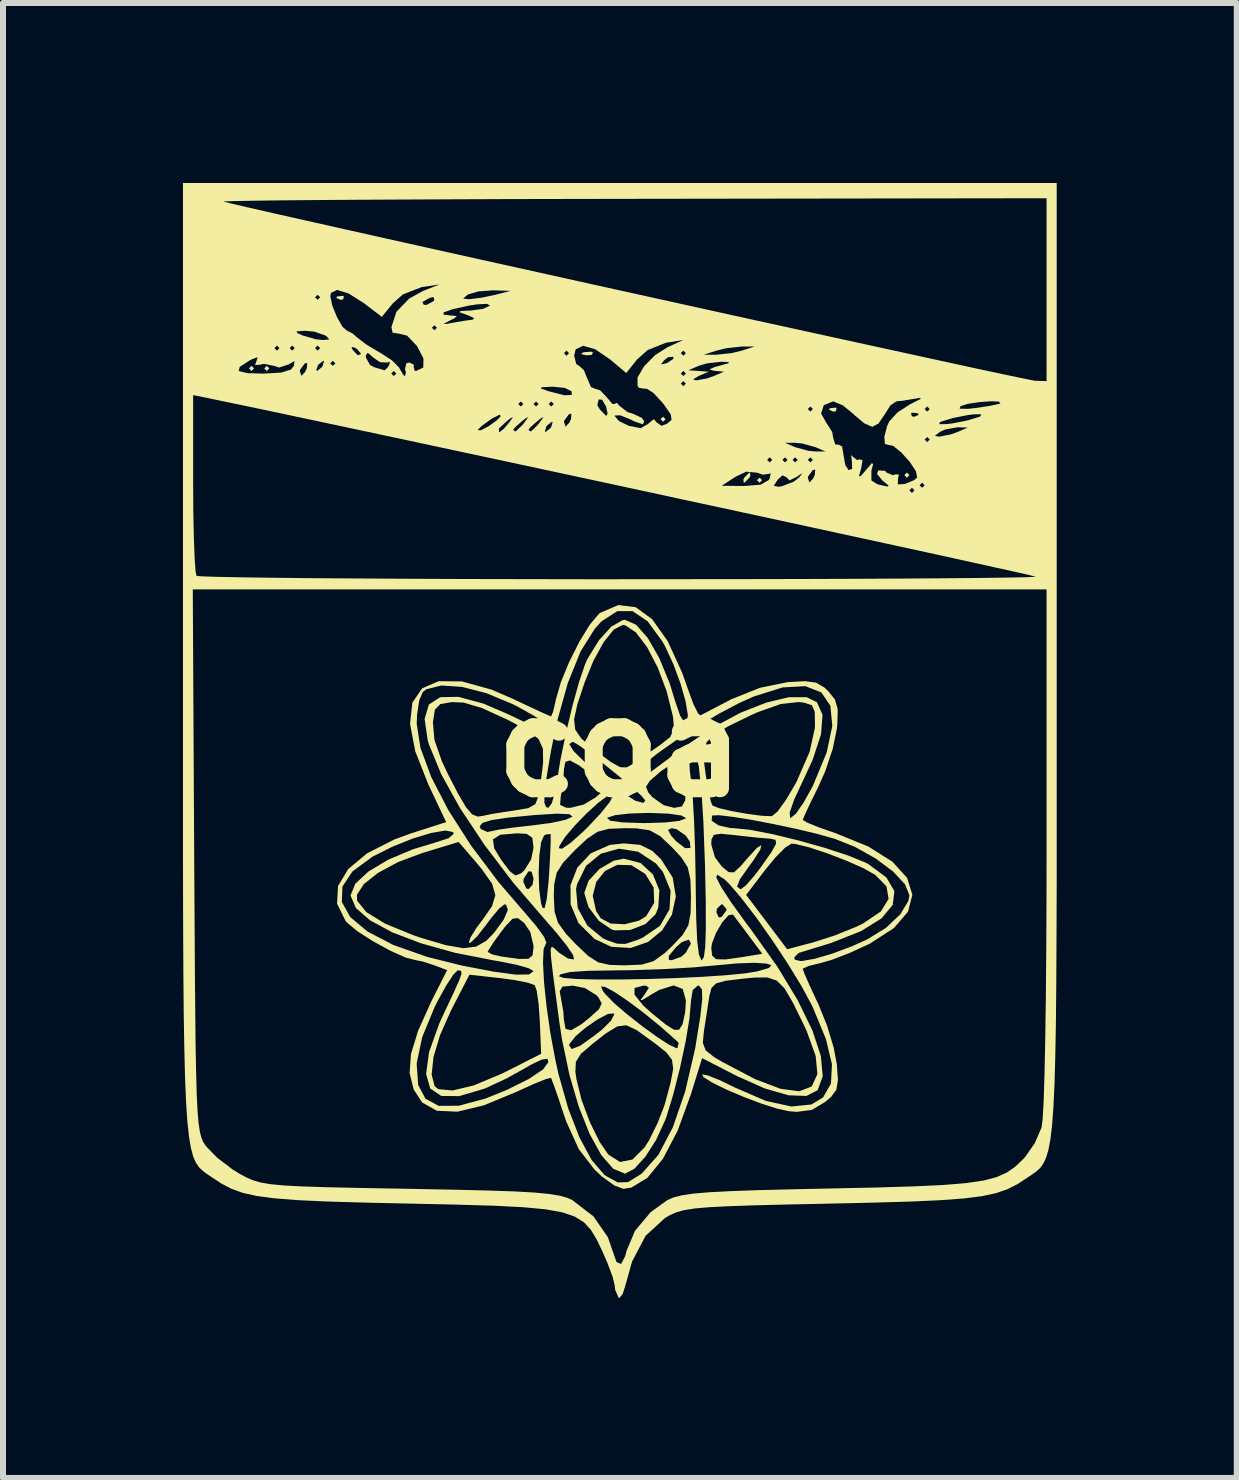
<source format=kicad_pcb>
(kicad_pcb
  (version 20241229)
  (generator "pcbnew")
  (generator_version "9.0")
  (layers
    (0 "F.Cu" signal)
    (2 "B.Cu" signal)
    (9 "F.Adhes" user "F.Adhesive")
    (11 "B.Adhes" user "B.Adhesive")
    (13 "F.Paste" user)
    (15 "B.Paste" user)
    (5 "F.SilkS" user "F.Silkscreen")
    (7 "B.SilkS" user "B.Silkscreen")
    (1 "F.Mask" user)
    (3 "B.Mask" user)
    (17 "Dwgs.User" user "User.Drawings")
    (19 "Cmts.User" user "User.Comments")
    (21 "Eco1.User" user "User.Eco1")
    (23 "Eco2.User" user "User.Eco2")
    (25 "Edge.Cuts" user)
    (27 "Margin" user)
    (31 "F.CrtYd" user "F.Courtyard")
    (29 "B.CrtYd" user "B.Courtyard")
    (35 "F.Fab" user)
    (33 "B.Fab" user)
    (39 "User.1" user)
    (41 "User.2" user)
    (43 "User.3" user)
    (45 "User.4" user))
  (footprint "coa"
    (layer "F.Cu")
    (at 7.281 9.398)
    (property "Reference" "coa" (at 0 0 0) (layer "F.SilkS") (effects (font (size 1.524 1.524) (thickness 0.3))))
    (attr board_only exclude_from_pos_files exclude_from_bom)
    (fp_poly (pts (xy -6.096 -6.308) (xy -6.138 -6.265) (xy -6.181 -6.308) (xy -6.138 -6.35)) (stroke (width 0) (type solid)) (fill yes) (layer "F.SilkS"))
    (fp_poly (pts (xy -5.842 -6.308) (xy -5.884 -6.265) (xy -5.927 -6.308) (xy -5.884 -6.35)) (stroke (width 0) (type solid)) (fill yes) (layer "F.SilkS"))
    (fp_poly (pts (xy 0.762 -5.461) (xy 0.72 -5.419) (xy 0.677 -5.461) (xy 0.72 -5.503)) (stroke (width 0) (type solid)) (fill yes) (layer "F.SilkS"))
    (fp_poly (pts (xy 2.371 -4.445) (xy 2.328 -4.403) (xy 2.286 -4.445) (xy 2.328 -4.487)) (stroke (width 0) (type solid)) (fill yes) (layer "F.SilkS"))
    (fp_poly (pts (xy 4.826 -4.53) (xy 4.784 -4.487) (xy 4.741 -4.53) (xy 4.784 -4.572)) (stroke (width 0) (type solid)) (fill yes) (layer "F.SilkS"))
    (fp_poly (pts (xy -4.6 -7.507) (xy -4.612 -7.457) (xy -4.657 -7.451) (xy -4.726 -7.482) (xy -4.713 -7.507) (xy -4.613 -7.517)) (stroke (width 0) (type solid)) (fill yes) (layer "F.SilkS"))
    (fp_poly (pts (xy -0.446 -6.57) (xy -0.472 -6.532) (xy -0.557 -6.526) (xy -0.648 -6.547) (xy -0.609 -6.577) (xy -0.476 -6.587)) (stroke (width 0) (type solid)) (fill yes) (layer "F.SilkS"))
    (fp_poly (pts (xy 3.612 -5.644) (xy 3.601 -5.594) (xy 3.556 -5.588) (xy 3.486 -5.619) (xy 3.5 -5.644) (xy 3.6 -5.655)) (stroke (width 0) (type solid)) (fill yes) (layer "F.SilkS"))
    (fp_poly (pts (xy 2.175 -4.517) (xy 2.159 -4.487) (xy 2.079 -4.406) (xy 2.064 -4.403) (xy 2.059 -4.457) (xy 2.074 -4.487) (xy 2.154 -4.568) (xy 2.169 -4.572)) (stroke (width 0) (type solid)) (fill yes) (layer "F.SilkS"))
    (fp_poly (pts (xy 0.346 1.936) (xy 0.552 2.127) (xy 0.659 2.391) (xy 0.64 2.681) (xy 0.594 2.791) (xy 0.425 2.954) (xy 0.172 3.052) (xy -0.087 3.058) (xy -0.14 3.042) (xy -0.353 2.897) (xy -0.522 2.67) (xy -0.579 2.482) (xy -0.452 2.482) (xy -0.396 2.735) (xy -0.318 2.857) (xy -0.155 2.944) (xy 0.082 2.956) (xy 0.32 2.896) (xy 0.438 2.823) (xy 0.572 2.601) (xy 0.563 2.344) (xy 0.423 2.117) (xy 0.191 1.972) (xy -0.042 1.966) (xy -0.247 2.068) (xy -0.393 2.25) (xy -0.452 2.482) (xy -0.579 2.482) (xy -0.593 2.436) (xy -0.593 2.433) (xy -0.52 2.229) (xy -0.338 2.034) (xy -0.105 1.898) (xy 0.066 1.863)) (stroke (width 0) (type solid)) (fill yes) (layer "F.SilkS"))
    (fp_poly (pts (xy 0.338 1.633) (xy 0.537 1.731) (xy 0.686 1.872) (xy 0.88 2.177) (xy 0.933 2.494) (xy 0.867 2.797) (xy 0.705 3.058) (xy 0.468 3.252) (xy 0.178 3.352) (xy -0.143 3.332) (xy -0.421 3.202) (xy -0.69 2.936) (xy -0.82 2.626) (xy -0.822 2.371) (xy -0.73 2.371) (xy -0.702 2.686) (xy -0.542 2.978) (xy -0.283 3.19) (xy -0.221 3.219) (xy -0.047 3.28) (xy 0.092 3.284) (xy 0.274 3.224) (xy 0.377 3.182) (xy 0.669 2.983) (xy 0.827 2.709) (xy 0.846 2.397) (xy 0.718 2.084) (xy 0.599 1.941) (xy 0.304 1.747) (xy -0.014 1.697) (xy -0.316 1.78) (xy -0.562 1.981) (xy -0.713 2.289) (xy -0.73 2.371) (xy -0.822 2.371) (xy -0.823 2.306) (xy -0.708 2.011) (xy -0.486 1.775) (xy -0.168 1.634) (xy 0.063 1.609)) (stroke (width 0) (type solid)) (fill yes) (layer "F.SilkS"))
    (fp_poly (pts (xy 7.281 -1.473) (xy 7.281 -0.103) (xy 7.281 1.108) (xy 7.281 2.17) (xy 7.278 3.094) (xy 7.274 3.889) (xy 7.268 4.566) (xy 7.258 5.135) (xy 7.245 5.606) (xy 7.227 5.99) (xy 7.205 6.296) (xy 7.177 6.535) (xy 7.143 6.717) (xy 7.102 6.853) (xy 7.054 6.952) (xy 6.999 7.025) (xy 6.935 7.082) (xy 6.862 7.133) (xy 6.784 7.185) (xy 6.625 7.289) (xy 6.461 7.372) (xy 6.273 7.437) (xy 6.038 7.488) (xy 5.738 7.526) (xy 5.35 7.555) (xy 4.853 7.578) (xy 4.227 7.596) (xy 3.514 7.612) (xy 2.802 7.627) (xy 2.24 7.641) (xy 1.806 7.656) (xy 1.479 7.673) (xy 1.24 7.694) (xy 1.067 7.722) (xy 0.94 7.757) (xy 0.839 7.802) (xy 0.75 7.854) (xy 0.429 8.149) (xy 0.203 8.579) (xy 0.106 8.929) (xy 0.05 9.112) (xy -0.007 9.185) (xy -0.022 9.179) (xy -0.079 9.046) (xy -0.085 8.982) (xy -0.12 8.834) (xy -0.209 8.596) (xy -0.291 8.409) (xy -0.386 8.21) (xy -0.482 8.051) (xy -0.597 7.925) (xy -0.749 7.83) (xy -0.957 7.758) (xy -1.241 7.707) (xy -1.618 7.672) (xy -2.108 7.647) (xy -2.73 7.629) (xy -3.501 7.612) (xy -3.514 7.612) (xy -4.277 7.595) (xy -4.891 7.577) (xy -5.378 7.554) (xy -5.759 7.524) (xy -6.055 7.485) (xy -6.286 7.433) (xy -6.473 7.365) (xy -6.639 7.279) (xy -6.802 7.172) (xy -6.804 7.171) (xy -6.883 7.118) (xy -6.952 7.066) (xy -7.013 7.007) (xy -7.066 6.93) (xy -7.112 6.824) (xy -7.15 6.68) (xy -7.182 6.487) (xy -7.209 6.235) (xy -7.23 5.914) (xy -7.247 5.514) (xy -7.259 5.023) (xy -7.269 4.433) (xy -7.275 3.733) (xy -7.279 2.913) (xy -7.281 1.962) (xy -7.281 0.87) (xy -7.281 -0.373) (xy -7.281 -1.479) (xy -7.281 -2.625) (xy -7.118 -2.625) (xy -7.094 1.899) (xy -7.088 2.889) (xy -7.083 3.724) (xy -7.077 4.418) (xy -7.071 4.985) (xy -7.062 5.439) (xy -7.052 5.794) (xy -7.039 6.065) (xy -7.022 6.265) (xy -7.001 6.408) (xy -6.976 6.508) (xy -6.946 6.581) (xy -6.909 6.639) (xy -6.893 6.661) (xy -6.71 6.849) (xy -6.454 7.043) (xy -6.343 7.112) (xy -6.231 7.173) (xy -6.121 7.222) (xy -5.994 7.259) (xy -5.828 7.288) (xy -5.601 7.31) (xy -5.293 7.326) (xy -4.883 7.339) (xy -4.35 7.351) (xy -3.674 7.363) (xy -3.514 7.366) (xy -2.786 7.38) (xy -2.209 7.394) (xy -1.761 7.409) (xy -1.423 7.428) (xy -1.176 7.452) (xy -0.999 7.481) (xy -0.872 7.517) (xy -0.791 7.555) (xy -0.441 7.824) (xy -0.2 8.171) (xy -0.126 8.386) (xy -0.056 8.585) (xy 0.02 8.619) (xy 0.09 8.486) (xy 0.111 8.401) (xy 0.251 8.068) (xy 0.511 7.757) (xy 0.791 7.555) (xy 0.89 7.511) (xy 1.024 7.476) (xy 1.213 7.447) (xy 1.476 7.424) (xy 1.834 7.405) (xy 2.306 7.388) (xy 2.911 7.373) (xy 3.514 7.36) (xy 4.282 7.344) (xy 4.901 7.325) (xy 5.39 7.302) (xy 5.769 7.271) (xy 6.059 7.228) (xy 6.278 7.171) (xy 6.447 7.096) (xy 6.585 7) (xy 6.713 6.88) (xy 6.754 6.837) (xy 6.916 6.604) (xy 7.029 6.343) (xy 7.047 6.195) (xy 7.064 5.891) (xy 7.078 5.443) (xy 7.09 4.866) (xy 7.1 4.171) (xy 7.107 3.373) (xy 7.111 2.484) (xy 7.112 1.715) (xy 7.112 -2.625) (xy -7.118 -2.625) (xy -7.281 -2.625) (xy -7.281 -5.863) (xy -7.112 -5.863) (xy -7.112 -4.385) (xy -7.109 -3.901) (xy -7.1 -3.477) (xy -7.087 -3.141) (xy -7.071 -2.923) (xy -7.056 -2.85) (xy -6.964 -2.842) (xy -6.716 -2.834) (xy -6.324 -2.826) (xy -5.8 -2.819) (xy -5.158 -2.812) (xy -4.409 -2.807) (xy -3.566 -2.802) (xy -2.643 -2.798) (xy -1.651 -2.796) (xy -0.603 -2.794) (xy -0.014 -2.794) (xy 1.056 -2.795) (xy 2.075 -2.796) (xy 3.03 -2.798) (xy 3.91 -2.801) (xy 4.702 -2.805) (xy 5.393 -2.81) (xy 5.972 -2.815) (xy 6.425 -2.821) (xy 6.74 -2.827) (xy 6.906 -2.833) (xy 6.928 -2.837) (xy 6.843 -2.859) (xy 6.607 -2.913) (xy 6.235 -2.995) (xy 5.742 -3.104) (xy 5.141 -3.236) (xy 4.448 -3.387) (xy 3.678 -3.554) (xy 2.845 -3.735) (xy 1.964 -3.926) (xy 1.049 -4.123) (xy 0.343 -4.276) (xy 4.826 -4.276) (xy 4.868 -4.233) (xy 4.911 -4.276) (xy 4.868 -4.318) (xy 4.826 -4.276) (xy 0.343 -4.276) (xy 0.115 -4.325) (xy -0.01 -4.352) (xy 1.698 -4.352) (xy 2.073 -4.348) (xy 2.12 -4.352) (xy 2.566 -4.352) (xy 2.638 -4.335) (xy 2.699 -4.343) (xy 2.897 -4.419) (xy 2.978 -4.482) (xy 3.133 -4.482) (xy 3.16 -4.405) (xy 3.222 -4.473) (xy 3.25 -4.534) (xy 3.256 -4.621) (xy 3.216 -4.614) (xy 3.136 -4.505) (xy 3.133 -4.482) (xy 2.978 -4.482) (xy 2.986 -4.489) (xy 3.046 -4.563) (xy 2.986 -4.527) (xy 2.95 -4.501) (xy 2.827 -4.441) (xy 2.778 -4.493) (xy 2.712 -4.526) (xy 2.631 -4.453) (xy 2.566 -4.352) (xy 2.12 -4.352) (xy 2.347 -4.37) (xy 2.483 -4.448) (xy 2.498 -4.477) (xy 2.515 -4.561) (xy 2.491 -4.551) (xy 2.379 -4.537) (xy 2.29 -4.57) (xy 2.103 -4.586) (xy 1.923 -4.499) (xy 1.698 -4.352) (xy -0.01 -4.352) (xy -0.822 -4.527) (xy -1.749 -4.726) (xy -2.019 -4.784) (xy 2.455 -4.784) (xy 2.498 -4.741) (xy 2.54 -4.784) (xy 2.709 -4.784) (xy 2.752 -4.741) (xy 2.794 -4.784) (xy 2.879 -4.784) (xy 2.921 -4.741) (xy 2.963 -4.784) (xy 3.133 -4.784) (xy 3.175 -4.741) (xy 3.217 -4.784) (xy 3.175 -4.826) (xy 3.133 -4.784) (xy 2.963 -4.784) (xy 2.921 -4.826) (xy 2.879 -4.784) (xy 2.794 -4.784) (xy 2.752 -4.826) (xy 2.709 -4.784) (xy 2.54 -4.784) (xy 2.498 -4.826) (xy 2.455 -4.784) (xy -2.019 -4.784) (xy -2.651 -4.919) (xy -3.347 -5.068) (xy 2.752 -5.068) (xy 2.921 -4.995) (xy 3.144 -4.934) (xy 3.26 -4.923) (xy 3.429 -4.923) (xy 3.26 -4.995) (xy 3.037 -5.057) (xy 2.921 -5.068) (xy 2.752 -5.068) (xy -3.347 -5.068) (xy -3.513 -5.104) (xy -4.321 -5.276) (xy -4.334 -5.279) (xy -2.371 -5.279) (xy -2.315 -5.277) (xy -2.26 -5.306) (xy -2.015 -5.306) (xy -2.015 -5.251) (xy -2 -5.249) (xy -1.993 -5.255) (xy -1.249 -5.255) (xy -1.238 -5.249) (xy -1.16 -5.309) (xy -1.143 -5.334) (xy -1.121 -5.413) (xy -1.123 -5.414) (xy -0.931 -5.414) (xy -0.904 -5.337) (xy -0.842 -5.404) (xy -0.814 -5.465) (xy -0.808 -5.553) (xy -0.848 -5.545) (xy -0.928 -5.437) (xy -0.931 -5.414) (xy -1.123 -5.414) (xy -1.133 -5.419) (xy -1.21 -5.359) (xy -1.228 -5.334) (xy -1.249 -5.255) (xy -1.993 -5.255) (xy -1.961 -5.281) (xy -1.778 -5.281) (xy -1.737 -5.256) (xy -1.711 -5.281) (xy -1.524 -5.281) (xy -1.483 -5.256) (xy -1.37 -5.365) (xy -1.344 -5.397) (xy -1.271 -5.498) (xy -1.314 -5.477) (xy -1.376 -5.429) (xy -1.493 -5.325) (xy -1.524 -5.281) (xy -1.711 -5.281) (xy -1.624 -5.365) (xy -1.598 -5.397) (xy -1.525 -5.498) (xy -1.568 -5.477) (xy -1.63 -5.429) (xy -1.747 -5.325) (xy -1.778 -5.281) (xy -1.961 -5.281) (xy -1.929 -5.307) (xy -1.852 -5.397) (xy -1.779 -5.498) (xy -1.822 -5.477) (xy -1.884 -5.429) (xy -2.015 -5.306) (xy -2.26 -5.306) (xy -2.189 -5.343) (xy -2.056 -5.438) (xy -1.984 -5.513) (xy -2.003 -5.537) (xy -2.125 -5.475) (xy -2.149 -5.46) (xy -2.303 -5.349) (xy -2.371 -5.28) (xy -2.371 -5.279) (xy -4.334 -5.279) (xy -5.059 -5.433) (xy -5.713 -5.572) (xy -6.269 -5.689) (xy -6.395 -5.715) (xy -1.693 -5.715) (xy -1.651 -5.673) (xy -1.609 -5.715) (xy -1.439 -5.715) (xy -1.397 -5.673) (xy -1.355 -5.715) (xy -1.185 -5.715) (xy -1.143 -5.673) (xy -1.12 -5.696) (xy -0.376 -5.696) (xy -0.332 -5.623) (xy -0.228 -5.515) (xy -0.204 -5.555) (xy -0.229 -5.672) (xy -0.296 -5.786) (xy -0.352 -5.791) (xy -0.376 -5.696) (xy -1.12 -5.696) (xy -1.101 -5.715) (xy -1.143 -5.757) (xy -1.185 -5.715) (xy -1.355 -5.715) (xy -1.397 -5.757) (xy -1.439 -5.715) (xy -1.609 -5.715) (xy -1.651 -5.757) (xy -1.693 -5.715) (xy -6.395 -5.715) (xy -6.711 -5.781) (xy -6.879 -5.816) (xy -7.112 -5.863) (xy -7.281 -5.863) (xy -7.281 -5.974) (xy -1.318 -5.974) (xy -1.187 -5.927) (xy -1.185 -5.927) (xy -0.924 -5.86) (xy -0.8 -5.867) (xy -0.804 -5.927) (xy -0.918 -5.983) (xy -1.119 -6.003) (xy -1.127 -6.003) (xy -1.301 -5.994) (xy -1.318 -5.974) (xy -7.281 -5.974) (xy -7.281 -6.265) (xy -6.353 -6.265) (xy -6.213 -6.229) (xy -5.948 -6.221) (xy -5.645 -6.238) (xy -5.573 -6.26) (xy -5.334 -6.26) (xy -5.307 -6.183) (xy -5.27 -6.223) (xy -3.81 -6.223) (xy -3.768 -6.181) (xy -3.725 -6.223) (xy -3.768 -6.265) (xy -3.81 -6.223) (xy -5.27 -6.223) (xy -5.244 -6.251) (xy -5.235 -6.271) (xy -5.059 -6.271) (xy -5.048 -6.265) (xy -4.97 -6.325) (xy -4.953 -6.35) (xy -4.941 -6.392) (xy -4.826 -6.392) (xy -4.784 -6.35) (xy -4.741 -6.392) (xy -4.784 -6.435) (xy -4.826 -6.392) (xy -4.941 -6.392) (xy -4.931 -6.429) (xy -4.943 -6.435) (xy -5.02 -6.375) (xy -5.038 -6.35) (xy -5.059 -6.271) (xy -5.235 -6.271) (xy -5.217 -6.312) (xy -5.211 -6.399) (xy -5.25 -6.392) (xy -5.331 -6.283) (xy -5.334 -6.26) (xy -5.573 -6.26) (xy -5.481 -6.289) (xy -5.433 -6.35) (xy -5.423 -6.431) (xy -5.506 -6.382) (xy -5.514 -6.376) (xy -5.68 -6.322) (xy -5.752 -6.347) (xy -5.93 -6.384) (xy -5.996 -6.37) (xy -6.08 -6.364) (xy -6.057 -6.429) (xy -6.038 -6.489) (xy -4.233 -6.489) (xy -4.163 -6.363) (xy -4.085 -6.324) (xy -3.952 -6.286) (xy -3.921 -6.275) (xy -3.87 -6.324) (xy -3.844 -6.363) (xy -3.834 -6.422) (xy -3.875 -6.405) (xy -3.998 -6.412) (xy -4.1 -6.482) (xy -4.201 -6.568) (xy -4.232 -6.528) (xy -4.233 -6.489) (xy -6.038 -6.489) (xy -6.037 -6.494) (xy -6.131 -6.461) (xy -6.166 -6.443) (xy -6.335 -6.334) (xy -6.353 -6.265) (xy -7.281 -6.265) (xy -7.281 -6.646) (xy -5.757 -6.646) (xy -5.715 -6.604) (xy -5.673 -6.646) (xy -5.503 -6.646) (xy -5.461 -6.604) (xy -5.419 -6.646) (xy -5.08 -6.646) (xy -5.038 -6.604) (xy -4.995 -6.646) (xy -5.013 -6.664) (xy -4.474 -6.664) (xy -4.453 -6.617) (xy -4.368 -6.526) (xy -4.319 -6.545) (xy -4.318 -6.557) (xy -4.378 -6.628) (xy -4.416 -6.654) (xy -4.474 -6.664) (xy -5.013 -6.664) (xy -5.038 -6.689) (xy -5.08 -6.646) (xy -5.419 -6.646) (xy -5.461 -6.689) (xy -5.503 -6.646) (xy -5.673 -6.646) (xy -5.715 -6.689) (xy -5.757 -6.646) (xy -7.281 -6.646) (xy -7.281 -6.926) (xy -5.39 -6.926) (xy -5.373 -6.895) (xy -5.292 -6.858) (xy -5.069 -6.794) (xy -4.953 -6.781) (xy -4.842 -6.79) (xy -4.888 -6.843) (xy -4.911 -6.858) (xy -5.093 -6.921) (xy -5.249 -6.935) (xy -5.39 -6.926) (xy -7.281 -6.926) (xy -7.281 -7.493) (xy -5.08 -7.493) (xy -5.038 -7.451) (xy -4.995 -7.493) (xy -5.012 -7.51) (xy -4.826 -7.51) (xy -4.793 -7.355) (xy -4.715 -7.164) (xy -4.624 -7.004) (xy -4.557 -6.943) (xy -4.456 -6.89) (xy -4.383 -6.827) (xy -4.23 -6.709) (xy -4.013 -6.579) (xy -3.992 -6.568) (xy -3.796 -6.441) (xy -3.676 -6.318) (xy -3.67 -6.303) (xy -3.605 -6.194) (xy -3.58 -6.181) (xy -3.566 -6.243) (xy -3.581 -6.294) (xy -3.559 -6.393) (xy -3.509 -6.406) (xy -3.431 -6.368) (xy -3.438 -6.336) (xy -3.42 -6.269) (xy -3.397 -6.265) (xy -3.276 -6.322) (xy -3.273 -6.473) (xy -3.319 -6.562) (xy -0.931 -6.562) (xy -0.889 -6.519) (xy -0.762 -6.519) (xy -0.727 -6.382) (xy -0.679 -6.35) (xy -0.599 -6.278) (xy -0.543 -6.139) (xy -0.481 -5.997) (xy -0.42 -5.971) (xy -0.327 -5.942) (xy -0.217 -5.825) (xy -0.123 -5.714) (xy -0.083 -5.717) (xy -0.049 -5.734) (xy -0.011 -5.688) (xy 0.127 -5.58) (xy 0.216 -5.554) (xy 0.365 -5.484) (xy 0.407 -5.425) (xy 0.382 -5.377) (xy 0.236 -5.427) (xy 0.179 -5.456) (xy 0.007 -5.526) (xy -0.082 -5.523) (xy -0.085 -5.513) (xy -0.014 -5.43) (xy 0.148 -5.351) (xy 0.347 -5.312) (xy 0.471 -5.382) (xy 0.478 -5.391) (xy 0.568 -5.462) (xy 0.61 -5.41) (xy 0.694 -5.351) (xy 0.784 -5.385) (xy 0.862 -5.45) (xy 0.849 -5.541) (xy 0.838 -5.556) (xy 3.354 -5.556) (xy 3.434 -5.414) (xy 3.539 -5.248) (xy 3.556 -5.149) (xy 3.59 -5.039) (xy 3.641 -5.038) (xy 3.704 -5.008) (xy 3.725 -4.878) (xy 3.757 -4.696) (xy 3.813 -4.612) (xy 3.871 -4.633) (xy 3.868 -4.755) (xy 3.855 -4.866) (xy 3.871 -4.846) (xy 3.954 -4.78) (xy 3.995 -4.793) (xy 4.045 -4.776) (xy 4.022 -4.646) (xy 3.985 -4.508) (xy 4.017 -4.515) (xy 4.102 -4.614) (xy 4.202 -4.73) (xy 4.22 -4.71) (xy 4.192 -4.6) (xy 4.193 -4.44) (xy 4.293 -4.377) (xy 4.459 -4.338) (xy 4.479 -4.357) (xy 4.474 -4.36) (xy 4.995 -4.36) (xy 5.038 -4.318) (xy 5.08 -4.36) (xy 5.038 -4.403) (xy 4.995 -4.36) (xy 4.474 -4.36) (xy 4.376 -4.44) (xy 4.287 -4.549) (xy 4.307 -4.608) (xy 4.42 -4.6) (xy 4.445 -4.572) (xy 4.552 -4.527) (xy 4.592 -4.542) (xy 4.651 -4.54) (xy 4.635 -4.468) (xy 4.633 -4.375) (xy 4.749 -4.38) (xy 4.905 -4.446) (xy 4.955 -4.49) (xy 4.935 -4.593) (xy 4.832 -4.75) (xy 4.69 -4.908) (xy 4.555 -5.017) (xy 4.48 -5.033) (xy 4.417 -5.048) (xy 4.412 -5.122) (xy 5.08 -5.122) (xy 5.122 -5.08) (xy 5.165 -5.122) (xy 5.122 -5.165) (xy 5.08 -5.122) (xy 4.412 -5.122) (xy 4.408 -5.169) (xy 4.412 -5.184) (xy 5.25 -5.184) (xy 5.313 -5.171) (xy 5.334 -5.172) (xy 5.516 -5.208) (xy 5.63 -5.249) (xy 5.8 -5.322) (xy 5.63 -5.327) (xy 5.422 -5.29) (xy 5.334 -5.249) (xy 5.25 -5.184) (xy 4.412 -5.184) (xy 4.453 -5.343) (xy 4.469 -5.378) (xy 5.323 -5.378) (xy 5.453 -5.38) (xy 5.546 -5.392) (xy 5.795 -5.441) (xy 5.985 -5.499) (xy 6.011 -5.511) (xy 6.022 -5.544) (xy 5.892 -5.542) (xy 5.8 -5.53) (xy 5.55 -5.481) (xy 5.36 -5.423) (xy 5.334 -5.411) (xy 5.323 -5.378) (xy 4.469 -5.378) (xy 4.491 -5.425) (xy 4.614 -5.56) (xy 4.854 -5.56) (xy 4.866 -5.509) (xy 4.911 -5.503) (xy 4.98 -5.534) (xy 4.967 -5.56) (xy 4.867 -5.57) (xy 4.854 -5.56) (xy 4.614 -5.56) (xy 4.627 -5.574) (xy 4.713 -5.63) (xy 5.08 -5.63) (xy 5.122 -5.588) (xy 5.165 -5.63) (xy 5.159 -5.636) (xy 5.663 -5.636) (xy 5.807 -5.634) (xy 5.931 -5.648) (xy 6.165 -5.683) (xy 6.318 -5.716) (xy 6.343 -5.727) (xy 6.316 -5.755) (xy 6.179 -5.76) (xy 5.99 -5.746) (xy 5.804 -5.718) (xy 5.681 -5.679) (xy 5.677 -5.677) (xy 5.663 -5.636) (xy 5.159 -5.636) (xy 5.122 -5.673) (xy 5.08 -5.63) (xy 4.713 -5.63) (xy 4.837 -5.71) (xy 4.851 -5.717) (xy 5.006 -5.795) (xy 5.012 -5.818) (xy 4.911 -5.802) (xy 4.713 -5.769) (xy 4.607 -5.758) (xy 4.507 -5.689) (xy 4.418 -5.546) (xy 4.31 -5.389) (xy 4.208 -5.334) (xy 4.076 -5.391) (xy 3.909 -5.531) (xy 3.895 -5.546) (xy 3.718 -5.691) (xy 3.559 -5.757) (xy 3.55 -5.757) (xy 3.399 -5.695) (xy 3.354 -5.556) (xy 0.838 -5.556) (xy 0.787 -5.63) (xy 3.133 -5.63) (xy 3.175 -5.588) (xy 3.217 -5.63) (xy 3.175 -5.673) (xy 3.133 -5.63) (xy 0.787 -5.63) (xy 0.735 -5.705) (xy 0.709 -5.738) (xy 0.56 -5.899) (xy 0.446 -5.971) (xy 0.422 -5.968) (xy 0.32 -5.984) (xy 0.295 -6.014) (xy 0.295 -6.054) (xy 1.016 -6.054) (xy 1.058 -6.011) (xy 1.101 -6.054) (xy 1.058 -6.096) (xy 1.016 -6.054) (xy 0.295 -6.054) (xy 0.295 -6.157) (xy 0.334 -6.223) (xy 1.016 -6.223) (xy 1.058 -6.181) (xy 1.101 -6.223) (xy 1.058 -6.265) (xy 1.016 -6.223) (xy 0.334 -6.223) (xy 0.365 -6.277) (xy 1.143 -6.277) (xy 1.312 -6.265) (xy 1.482 -6.253) (xy 1.312 -6.181) (xy 1.22 -6.125) (xy 1.27 -6.108) (xy 1.451 -6.14) (xy 1.566 -6.181) (xy 1.736 -6.253) (xy 1.566 -6.269) (xy 1.492 -6.291) (xy 1.578 -6.33) (xy 1.651 -6.35) (xy 1.811 -6.394) (xy 1.813 -6.413) (xy 1.693 -6.419) (xy 1.454 -6.392) (xy 1.312 -6.35) (xy 1.143 -6.277) (xy 0.365 -6.277) (xy 0.405 -6.344) (xy 0.434 -6.374) (xy 0.686 -6.374) (xy 0.771 -6.392) (xy 0.787 -6.398) (xy 0.89 -6.465) (xy 0.891 -6.503) (xy 0.802 -6.493) (xy 0.739 -6.445) (xy 0.686 -6.374) (xy 0.434 -6.374) (xy 0.588 -6.529) (xy 0.639 -6.562) (xy 1.016 -6.562) (xy 1.058 -6.519) (xy 1.075 -6.536) (xy 1.397 -6.536) (xy 1.609 -6.536) (xy 1.863 -6.563) (xy 2.032 -6.604) (xy 2.244 -6.672) (xy 2.032 -6.672) (xy 1.777 -6.645) (xy 1.609 -6.604) (xy 1.397 -6.536) (xy 1.075 -6.536) (xy 1.101 -6.562) (xy 1.058 -6.604) (xy 1.016 -6.562) (xy 0.639 -6.562) (xy 0.79 -6.658) (xy 1.058 -6.782) (xy 0.764 -6.734) (xy 0.462 -6.613) (xy 0.288 -6.458) (xy 0.107 -6.231) (xy -0.165 -6.46) (xy -0.414 -6.629) (xy -0.613 -6.685) (xy -0.736 -6.626) (xy -0.762 -6.519) (xy -0.889 -6.519) (xy -0.847 -6.562) (xy -0.889 -6.604) (xy -0.931 -6.562) (xy -3.319 -6.562) (xy -3.384 -6.685) (xy -3.546 -6.854) (xy -3.684 -6.888) (xy -3.686 -6.887) (xy -3.788 -6.904) (xy -3.805 -6.985) (xy -3.133 -6.985) (xy -3.09 -6.943) (xy -3.048 -6.985) (xy -3.09 -7.027) (xy -3.133 -6.985) (xy -3.805 -6.985) (xy -3.807 -6.997) (xy -3.739 -7.204) (xy -2.938 -7.204) (xy -2.829 -7.191) (xy -2.718 -7.18) (xy -2.757 -7.143) (xy -2.836 -7.104) (xy -2.938 -7.051) (xy -2.889 -7.049) (xy -2.794 -7.067) (xy -2.579 -7.104) (xy -2.455 -7.119) (xy -2.428 -7.146) (xy -2.54 -7.197) (xy -2.672 -7.243) (xy -2.657 -7.264) (xy -2.484 -7.273) (xy -2.481 -7.273) (xy -2.28 -7.3) (xy -2.167 -7.353) (xy -2.166 -7.355) (xy -2.212 -7.384) (xy -2.383 -7.375) (xy -2.514 -7.355) (xy -2.792 -7.293) (xy -2.937 -7.241) (xy -2.938 -7.204) (xy -3.739 -7.204) (xy -3.725 -7.25) (xy -3.566 -7.415) (xy -3.29 -7.415) (xy -3.27 -7.37) (xy -3.222 -7.366) (xy -3.108 -7.427) (xy -3.091 -7.45) (xy -3.098 -7.473) (xy -2.611 -7.473) (xy -2.529 -7.461) (xy -2.498 -7.462) (xy -2.291 -7.489) (xy -2.074 -7.535) (xy -1.82 -7.6) (xy -2.117 -7.609) (xy -2.355 -7.592) (xy -2.532 -7.54) (xy -2.54 -7.535) (xy -2.611 -7.473) (xy -3.098 -7.473) (xy -3.105 -7.498) (xy -3.171 -7.483) (xy -3.29 -7.415) (xy -3.566 -7.415) (xy -3.509 -7.474) (xy -3.278 -7.6) (xy -3.006 -7.707) (xy -3.302 -7.663) (xy -3.615 -7.542) (xy -3.783 -7.393) (xy -3.967 -7.167) (xy -4.264 -7.394) (xy -4.519 -7.556) (xy -4.711 -7.616) (xy -4.815 -7.566) (xy -4.826 -7.51) (xy -5.012 -7.51) (xy -5.038 -7.535) (xy -5.08 -7.493) (xy -7.281 -7.493) (xy -7.281 -9.088) (xy -6.604 -9.088) (xy -6.466 -9.053) (xy -6.181 -8.987) (xy -5.765 -8.892) (xy -5.233 -8.772) (xy -4.599 -8.63) (xy -3.88 -8.469) (xy -3.091 -8.293) (xy -2.245 -8.105) (xy -1.36 -7.909) (xy -0.449 -7.707) (xy 0.472 -7.504) (xy 1.387 -7.302) (xy 2.282 -7.105) (xy 3.141 -6.917) (xy 3.95 -6.74) (xy 4.693 -6.578) (xy 5.354 -6.434) (xy 5.919 -6.311) (xy 6.373 -6.214) (xy 6.7 -6.145) (xy 6.886 -6.108) (xy 6.921 -6.102) (xy 7.112 -6.096) (xy 7.112 -9.144) (xy 0.191 -9.134) (xy -0.872 -9.132) (xy -1.882 -9.13) (xy -2.827 -9.126) (xy -3.694 -9.122) (xy -4.472 -9.118) (xy -5.148 -9.113) (xy -5.711 -9.108) (xy -6.147 -9.102) (xy -6.444 -9.096) (xy -6.591 -9.091) (xy -6.604 -9.088) (xy -7.281 -9.088) (xy -7.281 -9.398) (xy 7.281 -9.398)) (stroke (width 0) (type solid)) (fill yes) (layer "F.SilkS"))
    (fp_poly (pts (xy 0.264 -2.328) (xy 0.539 -2.127) (xy 0.798 -1.761) (xy 1.039 -1.234) (xy 1.14 -0.948) (xy 1.228 -0.708) (xy 1.305 -0.556) (xy 1.342 -0.525) (xy 1.441 -0.576) (xy 1.643 -0.681) (xy 1.857 -0.793) (xy 2.336 -0.985) (xy 2.799 -1.079) (xy 3.089 -1.095) (xy 3.272 -1.07) (xy 3.408 -0.99) (xy 3.471 -0.931) (xy 3.584 -0.791) (xy 3.631 -0.63) (xy 3.625 -0.384) (xy 3.616 -0.298) (xy 3.549 0.029) (xy 3.423 0.406) (xy 3.309 0.663) (xy 3.179 0.927) (xy 3.085 1.126) (xy 3.048 1.218) (xy 3.048 1.218) (xy 3.122 1.262) (xy 3.315 1.34) (xy 3.587 1.436) (xy 3.592 1.437) (xy 4.144 1.662) (xy 4.543 1.914) (xy 4.788 2.184) (xy 4.875 2.465) (xy 4.803 2.746) (xy 4.568 3.02) (xy 4.169 3.278) (xy 4.141 3.292) (xy 3.827 3.436) (xy 3.528 3.551) (xy 3.335 3.606) (xy 3.144 3.652) (xy 3.05 3.696) (xy 3.048 3.701) (xy 3.082 3.793) (xy 3.171 3.995) (xy 3.297 4.265) (xy 3.309 4.29) (xy 3.453 4.644) (xy 3.565 5.016) (xy 3.615 5.282) (xy 3.635 5.55) (xy 3.609 5.714) (xy 3.52 5.835) (xy 3.418 5.921) (xy 3.198 6.051) (xy 2.951 6.083) (xy 2.822 6.073) (xy 2.62 6.029) (xy 2.352 5.943) (xy 2.057 5.831) (xy 1.773 5.71) (xy 1.539 5.595) (xy 1.395 5.505) (xy 1.371 5.459) (xy 1.461 5.474) (xy 1.658 5.552) (xy 1.919 5.678) (xy 1.925 5.681) (xy 2.434 5.901) (xy 2.86 5.994) (xy 3.193 5.96) (xy 3.387 5.842) (xy 3.519 5.611) (xy 3.535 5.289) (xy 3.434 4.868) (xy 3.214 4.337) (xy 3.196 4.3) (xy 3.029 3.989) (xy 2.801 3.617) (xy 2.54 3.221) (xy 2.271 2.841) (xy 2.02 2.513) (xy 1.98 2.467) (xy 2.105 2.467) (xy 2.447 2.92) (xy 2.789 3.373) (xy 3.23 3.256) (xy 3.579 3.144) (xy 3.939 2.999) (xy 4.058 2.941) (xy 4.35 2.743) (xy 4.479 2.535) (xy 4.444 2.325) (xy 4.256 2.133) (xy 4.059 2.022) (xy 3.772 1.895) (xy 3.451 1.772) (xy 3.15 1.673) (xy 2.923 1.618) (xy 2.86 1.613) (xy 2.755 1.679) (xy 2.591 1.845) (xy 2.428 2.043) (xy 2.105 2.467) (xy 1.98 2.467) (xy 1.816 2.276) (xy 1.741 2.206) (xy 1.623 2.129) (xy 1.607 2.175) (xy 1.686 2.332) (xy 1.855 2.592) (xy 2.11 2.945) (xy 2.191 3.052) (xy 2.624 3.661) (xy 2.965 4.224) (xy 3.209 4.725) (xy 3.35 5.152) (xy 3.381 5.488) (xy 3.297 5.721) (xy 3.295 5.723) (xy 3.11 5.818) (xy 2.811 5.807) (xy 2.415 5.693) (xy 1.938 5.48) (xy 1.936 5.478) (xy 1.371 5.188) (xy 1.184 5.79) (xy 0.963 6.397) (xy 0.719 6.864) (xy 0.459 7.183) (xy 0.19 7.346) (xy 0.056 7.366) (xy -0.093 7.309) (xy -0.296 7.163) (xy -0.42 7.048) (xy -0.684 6.705) (xy -0.893 6.246) (xy -0.93 6.138) (xy -1.027 5.847) (xy -1.104 5.627) (xy -1.146 5.52) (xy -1.148 5.517) (xy -1.23 5.536) (xy -1.424 5.614) (xy -1.688 5.733) (xy -1.708 5.743) (xy -2.262 5.973) (xy -2.706 6.08) (xy -3.048 6.065) (xy -3.294 5.928) (xy -3.437 5.709) (xy -3.504 5.435) (xy -3.493 5.278) (xy -3.387 5.278) (xy -3.361 5.635) (xy -3.239 5.865) (xy -3.019 5.983) (xy -2.683 5.981) (xy -2.235 5.86) (xy -1.881 5.716) (xy -1.513 5.533) (xy -1.279 5.375) (xy -1.189 5.251) (xy -1.208 5.199) (xy -1.3 5.211) (xy -1.481 5.297) (xy -1.58 5.355) (xy -1.881 5.522) (xy -2.208 5.676) (xy -2.267 5.7) (xy -2.679 5.821) (xy -2.977 5.818) (xy -3.161 5.693) (xy -3.226 5.461) (xy -3.137 5.461) (xy -3.088 5.653) (xy -3.027 5.704) (xy -2.787 5.727) (xy -2.433 5.642) (xy -1.979 5.452) (xy -1.863 5.395) (xy -1.312 5.116) (xy -1.334 4.573) (xy -1.354 4.283) (xy -1.386 4.064) (xy -1.419 3.971) (xy -1.531 3.931) (xy -1.758 3.886) (xy -1.995 3.854) (xy -2.507 3.797) (xy -2.82 4.405) (xy -2.998 4.807) (xy -3.106 5.169) (xy -3.137 5.461) (xy -3.226 5.461) (xy -3.229 5.449) (xy -3.18 5.088) (xy -3.011 4.614) (xy -2.926 4.428) (xy -2.77 4.098) (xy -2.678 3.892) (xy -2.639 3.781) (xy -2.646 3.735) (xy -2.688 3.725) (xy -2.703 3.725) (xy -2.776 3.796) (xy -2.897 3.983) (xy -3.044 4.25) (xy -3.084 4.329) (xy -3.294 4.837) (xy -3.387 5.278) (xy -3.493 5.278) (xy -3.482 5.121) (xy -3.364 4.735) (xy -3.146 4.25) (xy -3.126 4.21) (xy -2.879 3.721) (xy -3.096 3.639) (xy -3.287 3.577) (xy -3.397 3.556) (xy -3.573 3.511) (xy -3.83 3.395) (xy -4.115 3.239) (xy -4.373 3.074) (xy -4.549 2.928) (xy -4.57 2.904) (xy -4.714 2.612) (xy -4.712 2.585) (xy -4.634 2.585) (xy -4.493 2.837) (xy -4.205 3.078) (xy -3.777 3.301) (xy -3.213 3.5) (xy -2.632 3.645) (xy -2.105 3.746) (xy -1.734 3.796) (xy -1.514 3.793) (xy -1.439 3.739) (xy -1.439 3.737) (xy -1.517 3.69) (xy -1.721 3.632) (xy -2.014 3.573) (xy -2.095 3.56) (xy -2.743 3.433) (xy -2.798 3.418) (xy -2.201 3.418) (xy -2.128 3.459) (xy -1.968 3.495) (xy -1.681 3.534) (xy -1.523 3.532) (xy -1.455 3.475) (xy -1.44 3.351) (xy -1.439 3.315) (xy -1.493 3.085) (xy -1.597 2.932) (xy -1.702 2.853) (xy -1.79 2.866) (xy -1.907 2.99) (xy -1.978 3.082) (xy -2.114 3.27) (xy -2.193 3.396) (xy -2.201 3.418) (xy -2.798 3.418) (xy -3.316 3.273) (xy -3.796 3.09) (xy -4.163 2.891) (xy -4.4 2.685) (xy -4.487 2.48) (xy -4.487 2.472) (xy -4.484 2.464) (xy -4.382 2.464) (xy -4.379 2.564) (xy -4.224 2.755) (xy -3.909 2.948) (xy -3.442 3.139) (xy -3.307 3.185) (xy -2.899 3.305) (xy -2.608 3.355) (xy -2.396 3.33) (xy -2.224 3.23) (xy -2.099 3.102) (xy -1.938 2.883) (xy -1.866 2.716) (xy -1.895 2.631) (xy -1.926 2.626) (xy -2.008 2.691) (xy -2.145 2.853) (xy -2.232 2.97) (xy -2.378 3.158) (xy -2.485 3.261) (xy -2.517 3.269) (xy -2.494 3.184) (xy -2.388 3.014) (xy -2.29 2.884) (xy -2.131 2.656) (xy -2.075 2.471) (xy -2.129 2.282) (xy -2.297 2.043) (xy -2.404 1.914) (xy -2.687 1.585) (xy -3.293 1.769) (xy -3.696 1.92) (xy -4.029 2.099) (xy -4.266 2.286) (xy -4.382 2.464) (xy -4.484 2.464) (xy -4.409 2.281) (xy -4.191 2.078) (xy -3.862 1.881) (xy -3.449 1.707) (xy -3.096 1.601) (xy -2.852 1.522) (xy -2.768 1.447) (xy -2.781 1.419) (xy -2.91 1.394) (xy -3.149 1.436) (xy -3.457 1.53) (xy -3.793 1.665) (xy -4.117 1.827) (xy -4.126 1.833) (xy -4.457 2.076) (xy -4.624 2.329) (xy -4.634 2.585) (xy -4.712 2.585) (xy -4.697 2.319) (xy -4.527 2.036) (xy -4.212 1.774) (xy -3.76 1.544) (xy -3.475 1.44) (xy -2.895 1.254) (xy -3.189 0.634) (xy -3.41 0.074) (xy -3.497 -0.385) (xy -3.497 -0.385) (xy -3.386 -0.385) (xy -3.323 0.018) (xy -3.142 0.507) (xy -2.857 1.057) (xy -2.48 1.645) (xy -2.025 2.25) (xy -1.59 2.756) (xy -1.392 2.988) (xy -1.262 3.168) (xy -1.223 3.266) (xy -1.231 3.275) (xy -1.271 3.371) (xy -1.281 3.601) (xy -1.263 3.933) (xy -1.221 4.333) (xy -1.158 4.77) (xy -1.076 5.211) (xy -1.022 5.456) (xy -0.861 6.025) (xy -0.672 6.512) (xy -0.468 6.889) (xy -0.262 7.129) (xy -0.237 7.148) (xy -0.035 7.26) (xy 0.136 7.254) (xy 0.343 7.127) (xy 0.372 7.104) (xy 0.642 6.8) (xy 0.882 6.343) (xy 1.088 5.746) (xy 1.256 5.023) (xy 1.27 4.934) (xy 1.383 4.934) (xy 1.43 5.058) (xy 1.573 5.172) (xy 1.713 5.254) (xy 2.253 5.537) (xy 2.678 5.699) (xy 2.991 5.74) (xy 3.194 5.662) (xy 3.2 5.656) (xy 3.292 5.455) (xy 3.264 5.152) (xy 3.115 4.739) (xy 3.057 4.614) (xy 2.88 4.255) (xy 2.743 4.023) (xy 2.613 3.894) (xy 2.457 3.843) (xy 2.241 3.845) (xy 2.055 3.863) (xy 1.766 3.898) (xy 1.604 3.942) (xy 1.527 4.018) (xy 1.492 4.15) (xy 1.487 4.182) (xy 1.445 4.459) (xy 1.4 4.746) (xy 1.383 4.934) (xy 1.27 4.934) (xy 1.341 4.494) (xy 1.373 4.201) (xy 1.368 4.041) (xy 1.321 3.982) (xy 1.298 3.979) (xy 1.213 4.055) (xy 1.185 4.237) (xy 1.161 4.522) (xy 1.096 4.913) (xy 1.002 5.353) (xy 0.892 5.787) (xy 0.778 6.159) (xy 0.753 6.227) (xy 0.604 6.551) (xy 0.424 6.832) (xy 0.243 7.031) (xy 0.089 7.112) (xy 0.082 7.112) (xy -0.111 7.031) (xy -0.309 6.804) (xy -0.503 6.453) (xy -0.684 5.999) (xy -0.841 5.465) (xy -0.851 5.416) (xy -0.741 5.416) (xy -0.723 5.541) (xy -0.638 5.885) (xy -0.499 6.256) (xy -0.335 6.588) (xy -0.192 6.795) (xy 0.004 6.919) (xy 0.209 6.878) (xy 0.411 6.677) (xy 0.484 6.562) (xy 0.626 6.277) (xy 0.738 5.99) (xy 0.757 5.927) (xy 0.848 5.586) (xy 0.889 5.364) (xy 0.869 5.215) (xy 0.777 5.094) (xy 0.603 4.955) (xy 0.509 4.886) (xy 0.275 4.717) (xy 0.108 4.64) (xy -0.044 4.659) (xy -0.234 4.776) (xy -0.452 4.947) (xy -0.647 5.114) (xy -0.733 5.249) (xy -0.741 5.416) (xy -0.851 5.416) (xy -0.943 4.977) (xy -0.845 4.977) (xy -0.801 5.036) (xy -0.659 4.98) (xy -0.413 4.804) (xy -0.296 4.711) (xy -0.149 4.566) (xy -0.094 4.46) (xy -0.101 4.443) (xy -0.198 4.451) (xy -0.369 4.541) (xy -0.566 4.676) (xy -0.738 4.823) (xy -0.837 4.947) (xy -0.845 4.977) (xy -0.943 4.977) (xy -0.965 4.874) (xy -1.011 4.57) (xy -1.077 4.074) (xy -1.077 4.074) (xy -1.003 4.074) (xy -0.985 4.17) (xy -0.942 4.415) (xy -0.932 4.551) (xy -0.905 4.7) (xy -0.813 4.724) (xy -0.639 4.622) (xy -0.511 4.519) (xy -0.348 4.372) (xy -0.302 4.276) (xy -0.355 4.179) (xy -0.391 4.138) (xy -0.579 4.021) (xy -0.721 3.992) (xy -0.314 3.992) (xy -0.281 4.071) (xy -0.243 4.12) (xy -0.095 4.271) (xy 0.123 4.459) (xy 0.374 4.656) (xy 0.619 4.834) (xy 0.821 4.965) (xy 0.944 5.022) (xy 0.959 5.02) (xy 0.98 4.936) (xy 0.96 4.911) (xy 0.676 4.659) (xy 0.393 4.429) (xy 0.132 4.234) (xy -0.023 4.13) (xy 0.244 4.13) (xy 0.39 4.311) (xy 0.529 4.436) (xy 0.764 4.627) (xy 0.906 4.716) (xy 0.987 4.714) (xy 1.04 4.632) (xy 1.049 4.607) (xy 1.088 4.425) (xy 1.101 4.226) (xy 1.048 4.035) (xy 0.897 3.976) (xy 0.657 4.051) (xy 0.526 4.126) (xy 0.375 4.219) (xy 0.345 4.219) (xy 0.413 4.126) (xy 0.484 4.014) (xy 0.433 3.98) (xy 0.396 3.979) (xy 0.245 4.018) (xy 0.244 4.13) (xy -0.023 4.13) (xy -0.086 4.087) (xy -0.242 4.002) (xy -0.314 3.992) (xy -0.721 3.992) (xy -0.785 3.979) (xy -0.958 3.996) (xy -1.003 4.074) (xy -1.077 4.074) (xy -1.11 3.823) (xy -1.016 3.823) (xy -0.937 3.851) (xy -0.719 3.869) (xy -0.394 3.877) (xy 0.007 3.877) (xy 0.455 3.869) (xy 0.917 3.854) (xy 1.364 3.833) (xy 1.764 3.806) (xy 2.087 3.775) (xy 2.286 3.743) (xy 2.482 3.686) (xy 2.528 3.64) (xy 2.443 3.611) (xy 2.245 3.599) (xy 1.954 3.609) (xy 1.635 3.638) (xy 1.216 3.676) (xy 0.708 3.705) (xy 0.192 3.722) (xy -0.064 3.725) (xy -0.527 3.732) (xy -0.831 3.753) (xy -0.988 3.79) (xy -1.016 3.823) (xy -1.11 3.823) (xy -1.122 3.725) (xy -1.148 3.499) (xy -1.153 3.376) (xy -1.138 3.333) (xy -1.103 3.348) (xy -1.048 3.399) (xy -1.017 3.428) (xy -0.863 3.528) (xy -0.765 3.543) (xy -0.778 3.472) (xy -0.888 3.308) (xy -1.075 3.077) (xy -1.217 2.915) (xy -1.767 2.276) (xy -1.788 2.249) (xy -1.609 2.249) (xy -1.561 2.358) (xy -1.524 2.371) (xy -1.456 2.3) (xy -1.439 2.196) (xy -1.468 2.092) (xy -1.353 2.092) (xy -1.344 2.376) (xy -1.313 2.606) (xy -1.291 2.681) (xy -1.254 2.688) (xy -1.219 2.539) (xy -1.214 2.491) (xy -1.101 2.491) (xy -1.088 2.746) (xy -1.031 2.931) (xy -0.898 3.115) (xy -0.744 3.278) (xy -0.531 3.482) (xy -0.362 3.591) (xy -0.168 3.634) (xy 0.078 3.641) (xy 0.365 3.629) (xy 0.562 3.572) (xy 0.68 3.486) (xy 0.815 3.486) (xy 0.818 3.549) (xy 0.864 3.556) (xy 1.027 3.496) (xy 1.098 3.432) (xy 1.185 3.278) (xy 1.151 3.212) (xy 1.033 3.254) (xy 0.936 3.339) (xy 0.815 3.486) (xy 0.68 3.486) (xy 0.746 3.439) (xy 0.864 3.327) (xy 1.045 3.137) (xy 1.141 2.975) (xy 1.179 2.773) (xy 1.185 2.505) (xy 1.176 2.208) (xy 1.132 2.01) (xy 1.025 1.842) (xy 0.872 1.676) (xy 0.671 1.487) (xy 0.499 1.391) (xy 0.444 1.383) (xy 0.802 1.383) (xy 0.858 1.484) (xy 0.936 1.571) (xy 1.088 1.688) (xy 1.177 1.684) (xy 1.167 1.58) (xy 1.098 1.479) (xy 0.946 1.372) (xy 0.864 1.355) (xy 0.802 1.383) (xy 0.444 1.383) (xy 0.278 1.358) (xy 0.092 1.355) (xy -0.182 1.365) (xy -0.373 1.415) (xy -0.55 1.535) (xy -0.738 1.711) (xy -0.944 1.927) (xy -1.053 2.099) (xy -1.095 2.293) (xy -1.101 2.491) (xy -1.214 2.491) (xy -1.188 2.245) (xy -1.182 2.159) (xy -1.163 1.84) (xy -1.157 1.689) (xy -1.016 1.689) (xy -0.963 1.698) (xy -0.817 1.597) (xy -0.602 1.404) (xy -0.533 1.336) (xy -0.392 1.185) (xy -0.212 1.185) (xy -0.162 1.23) (xy 0.044 1.259) (xy 0.393 1.27) (xy 0.418 1.27) (xy 0.756 1.26) (xy 0.993 1.233) (xy 1.098 1.193) (xy 1.101 1.185) (xy 1.022 1.143) (xy 0.809 1.113) (xy 0.497 1.101) (xy 0.471 1.101) (xy 0.159 1.111) (xy -0.082 1.139) (xy -0.206 1.179) (xy -0.212 1.185) (xy -0.392 1.185) (xy -0.317 1.105) (xy -0.167 0.918) (xy -0.108 0.806) (xy -0.112 0.791) (xy -0.198 0.812) (xy -0.357 0.929) (xy -0.552 1.106) (xy -0.749 1.309) (xy -0.912 1.501) (xy -1.006 1.649) (xy -1.016 1.689) (xy -1.157 1.689) (xy -1.153 1.594) (xy -1.153 1.462) (xy -1.155 1.452) (xy -1.23 1.46) (xy -1.264 1.478) (xy -1.312 1.588) (xy -1.342 1.811) (xy -1.353 2.092) (xy -1.468 2.092) (xy -1.472 2.079) (xy -1.524 2.074) (xy -1.602 2.197) (xy -1.609 2.249) (xy -1.788 2.249) (xy -2.255 1.636) (xy -2.318 1.541) (xy -2.115 1.541) (xy -2.094 1.692) (xy -1.974 1.888) (xy -1.832 2.076) (xy -1.739 2.143) (xy -1.65 2.109) (xy -1.595 2.062) (xy -1.478 1.874) (xy -1.439 1.68) (xy -1.459 1.514) (xy -1.554 1.45) (xy -1.714 1.441) (xy -1.992 1.464) (xy -2.115 1.541) (xy -2.318 1.541) (xy -2.463 1.322) (xy -2.335 1.322) (xy -2.319 1.369) (xy -2.208 1.419) (xy -2.159 1.409) (xy -2.024 1.38) (xy -1.773 1.344) (xy -1.46 1.309) (xy -1.446 1.307) (xy -1.142 1.267) (xy -0.908 1.216) (xy -0.793 1.166) (xy -0.79 1.162) (xy -0.838 1.122) (xy -1.051 1.113) (xy -1.429 1.137) (xy -1.438 1.138) (xy -1.861 1.179) (xy -2.137 1.22) (xy -2.288 1.266) (xy -2.335 1.322) (xy -2.463 1.322) (xy -2.664 1.02) (xy -2.978 0.454) (xy -3.18 -0.036) (xy -3.203 -0.113) (xy -3.246 -0.409) (xy -3.116 -0.409) (xy -3.091 -0.118) (xy -2.965 0.243) (xy -2.873 0.438) (xy -2.693 0.788) (xy -2.562 1.009) (xy -2.462 1.125) (xy -2.37 1.162) (xy -2.295 1.152) (xy -2.131 1.118) (xy -1.878 1.078) (xy -1.768 1.062) (xy -1.529 1.022) (xy -1.408 0.954) (xy -1.397 0.926) (xy -1.259 0.926) (xy -1.231 1.002) (xy -1.191 1.016) (xy -1.154 0.967) (xy -0.996 0.967) (xy -0.894 1.014) (xy -0.824 1.016) (xy -0.604 0.962) (xy -0.412 0.848) (xy -0.212 0.68) (xy -0.423 0.507) (xy -0.677 0.31) (xy -0.831 0.226) (xy -0.908 0.249) (xy -0.932 0.374) (xy -0.932 0.399) (xy -0.952 0.653) (xy -0.985 0.826) (xy -0.996 0.967) (xy -1.154 0.967) (xy -1.134 0.94) (xy -1.079 0.748) (xy -1.056 0.614) (xy -0.989 0.207) (xy -0.936 -0.047) (xy -0.843 -0.047) (xy -0.773 0.068) (xy -0.571 0.267) (xy -0.296 0.502) (xy 0.025 0.751) (xy 0.259 0.898) (xy 0.394 0.934) (xy 0.423 0.891) (xy 0.362 0.817) (xy 0.202 0.672) (xy 0.195 0.666) (xy 0.436 0.666) (xy 0.473 0.758) (xy 0.542 0.838) (xy 0.731 0.971) (xy 0.902 1.016) (xy 1.033 0.994) (xy 1.089 0.894) (xy 1.099 0.699) (xy 1.079 0.403) (xy 1.012 0.263) (xy 0.882 0.27) (xy 0.675 0.413) (xy 0.673 0.415) (xy 0.497 0.569) (xy 0.436 0.666) (xy 0.195 0.666) (xy 0.017 0.516) (xy 0.217 0.516) (xy 0.313 0.528) (xy 0.491 0.434) (xy 0.537 0.401) (xy 0.787 0.215) (xy 0.846 0.17) (xy 1.154 0.17) (xy 1.166 0.4) (xy 1.19 0.593) (xy 1.215 0.849) (xy 1.237 1.229) (xy 1.253 1.686) (xy 1.263 2.174) (xy 1.264 2.307) (xy 1.272 2.85) (xy 1.289 3.233) (xy 1.318 3.464) (xy 1.358 3.554) (xy 1.366 3.556) (xy 1.401 3.502) (xy 1.42 3.354) (xy 1.524 3.354) (xy 1.538 3.479) (xy 1.604 3.539) (xy 1.761 3.543) (xy 2.044 3.503) (xy 2.055 3.501) (xy 2.374 3.449) (xy 2.146 3.143) (xy 2.001 2.949) (xy 1.902 2.818) (xy 1.883 2.794) (xy 1.81 2.807) (xy 1.705 2.926) (xy 1.603 3.1) (xy 1.535 3.277) (xy 1.524 3.354) (xy 1.42 3.354) (xy 1.423 3.331) (xy 1.433 3.03) (xy 1.432 2.757) (xy 1.609 2.757) (xy 1.65 2.844) (xy 1.693 2.836) (xy 1.775 2.728) (xy 1.778 2.704) (xy 1.713 2.627) (xy 1.693 2.625) (xy 1.619 2.694) (xy 1.609 2.757) (xy 1.432 2.757) (xy 1.432 2.587) (xy 1.419 1.988) (xy 1.419 1.968) (xy 1.406 1.629) (xy 1.524 1.629) (xy 1.585 1.841) (xy 1.701 1.996) (xy 1.814 2.088) (xy 1.902 2.091) (xy 2.013 1.989) (xy 2.122 1.861) (xy 2.285 1.683) (xy 2.359 1.637) (xy 2.34 1.713) (xy 2.223 1.896) (xy 2.159 1.982) (xy 2.001 2.207) (xy 1.953 2.33) (xy 2.007 2.37) (xy 2.018 2.371) (xy 2.102 2.307) (xy 2.245 2.144) (xy 2.356 1.997) (xy 2.527 1.753) (xy 2.604 1.614) (xy 2.595 1.55) (xy 2.509 1.53) (xy 2.477 1.528) (xy 2.306 1.514) (xy 2.047 1.486) (xy 1.926 1.472) (xy 1.684 1.448) (xy 1.566 1.466) (xy 1.527 1.544) (xy 1.524 1.629) (xy 1.406 1.629) (xy 1.393 1.274) (xy 1.391 1.231) (xy 1.53 1.231) (xy 1.646 1.309) (xy 1.839 1.352) (xy 1.899 1.355) (xy 2.17 1.382) (xy 2.547 1.455) (xy 2.979 1.56) (xy 3.415 1.683) (xy 3.803 1.81) (xy 4.091 1.927) (xy 4.142 1.954) (xy 4.441 2.175) (xy 4.576 2.404) (xy 4.548 2.634) (xy 4.362 2.858) (xy 4.02 3.071) (xy 3.527 3.266) (xy 3.429 3.297) (xy 3.189 3.37) (xy 3.008 3.426) (xy 2.979 3.435) (xy 2.906 3.51) (xy 2.916 3.547) (xy 3.021 3.571) (xy 3.242 3.533) (xy 3.539 3.447) (xy 3.874 3.321) (xy 4.125 3.208) (xy 4.433 3.018) (xy 4.673 2.792) (xy 4.809 2.568) (xy 4.826 2.473) (xy 4.752 2.289) (xy 4.552 2.076) (xy 4.262 1.859) (xy 3.917 1.666) (xy 3.589 1.535) (xy 3.307 1.455) (xy 2.958 1.371) (xy 2.579 1.29) (xy 2.21 1.219) (xy 1.888 1.167) (xy 1.652 1.139) (xy 1.539 1.144) (xy 1.537 1.145) (xy 1.53 1.231) (xy 1.391 1.231) (xy 1.359 0.726) (xy 1.316 0.33) (xy 1.265 0.091) (xy 1.25 0.07) (xy 1.399 0.07) (xy 1.406 0.275) (xy 1.428 0.444) (xy 1.472 0.715) (xy 1.517 0.912) (xy 1.544 0.979) (xy 1.652 1.021) (xy 1.867 1.071) (xy 2.127 1.117) (xy 2.369 1.149) (xy 2.532 1.155) (xy 2.533 1.155) (xy 2.627 1.079) (xy 2.766 0.888) (xy 2.923 0.622) (xy 2.948 0.574) (xy 3.162 0.085) (xy 3.25 -0.314) (xy 3.252 -0.357) (xy 3.248 -0.585) (xy 3.201 -0.694) (xy 3.074 -0.736) (xy 2.98 -0.747) (xy 2.682 -0.714) (xy 2.288 -0.575) (xy 2.175 -0.523) (xy 1.812 -0.346) (xy 1.578 -0.209) (xy 1.448 -0.081) (xy 1.399 0.07) (xy 1.25 0.07) (xy 1.208 0.012) (xy 1.168 0.049) (xy 1.154 0.17) (xy 0.846 0.17) (xy 1.059 0.011) (xy 1.106 -0.024) (xy 1.56 -0.328) (xy 2.014 -0.57) (xy 2.443 -0.739) (xy 2.818 -0.828) (xy 3.113 -0.828) (xy 3.285 -0.745) (xy 3.378 -0.534) (xy 3.353 -0.21) (xy 3.212 0.219) (xy 3.063 0.541) (xy 2.908 0.872) (xy 2.831 1.091) (xy 2.837 1.183) (xy 2.846 1.185) (xy 2.933 1.115) (xy 3.063 0.928) (xy 3.209 0.665) (xy 3.222 0.638) (xy 3.447 0.094) (xy 3.541 -0.349) (xy 3.509 -0.685) (xy 3.358 -0.908) (xy 3.091 -1.012) (xy 2.714 -0.991) (xy 2.233 -0.84) (xy 1.987 -0.73) (xy 1.647 -0.55) (xy 1.289 -0.338) (xy 0.943 -0.114) (xy 0.634 0.104) (xy 0.393 0.296) (xy 0.245 0.441) (xy 0.217 0.516) (xy 0.017 0.516) (xy -0.02 0.484) (xy -0.267 0.285) (xy -0.501 0.104) (xy -0.685 -0.029) (xy -0.783 -0.084) (xy -0.786 -0.085) (xy -0.843 -0.047) (xy -0.936 -0.047) (xy -0.896 -0.243) (xy -0.843 -0.461) (xy -0.763 -0.461) (xy -0.744 -0.287) (xy -0.644 -0.141) (xy -0.454 0.023) (xy -0.381 0.08) (xy -0.144 0.256) (xy 0.007 0.339) (xy 0.114 0.342) (xy 0.212 0.288) (xy 0.396 0.159) (xy 0.626 0.000161) (xy 0.659 -0.022) (xy 0.839 -0.164) (xy 0.903 -0.3) (xy 0.886 -0.501) (xy 0.78 -0.927) (xy 0.63 -1.325) (xy 0.454 -1.662) (xy 0.268 -1.907) (xy 0.091 -2.026) (xy 0.045 -2.032) (xy -0.101 -1.955) (xy -0.27 -1.745) (xy -0.442 -1.432) (xy -0.59 -1.066) (xy -0.709 -0.706) (xy -0.763 -0.461) (xy -0.843 -0.461) (xy -0.789 -0.688) (xy -0.68 -1.081) (xy -0.58 -1.376) (xy -0.542 -1.463) (xy -0.349 -1.776) (xy -0.143 -2.003) (xy 0.046 -2.112) (xy 0.086 -2.117) (xy 0.269 -2.037) (xy 0.464 -1.817) (xy 0.657 -1.48) (xy 0.832 -1.054) (xy 0.93 -0.736) (xy 1.006 -0.517) (xy 1.079 -0.403) (xy 1.113 -0.402) (xy 1.134 -0.526) (xy 1.095 -0.76) (xy 1.01 -1.059) (xy 0.891 -1.381) (xy 0.751 -1.681) (xy 0.71 -1.755) (xy 0.463 -2.093) (xy 0.213 -2.262) (xy -0.043 -2.262) (xy -0.305 -2.093) (xy -0.416 -1.971) (xy -0.654 -1.592) (xy -0.867 -1.065) (xy -1.05 -0.413) (xy -1.147 0.064) (xy -1.218 0.483) (xy -1.255 0.762) (xy -1.259 0.926) (xy -1.397 0.926) (xy -1.352 0.807) (xy -1.323 0.62) (xy -1.279 0.265) (xy -1.282 0.03) (xy -1.355 -0.131) (xy -1.525 -0.266) (xy -1.815 -0.423) (xy -1.89 -0.461) (xy -2.295 -0.646) (xy -2.6 -0.737) (xy -2.8 -0.747) (xy -2.994 -0.712) (xy -3.082 -0.621) (xy -3.115 -0.417) (xy -3.116 -0.409) (xy -3.246 -0.409) (xy -3.254 -0.467) (xy -3.183 -0.706) (xy -2.994 -0.828) (xy -2.69 -0.834) (xy -2.273 -0.721) (xy -1.875 -0.55) (xy -1.549 -0.395) (xy -1.346 -0.304) (xy -1.238 -0.268) (xy -1.194 -0.277) (xy -1.185 -0.322) (xy -1.185 -0.333) (xy -1.256 -0.405) (xy -1.443 -0.526) (xy -1.71 -0.674) (xy -1.789 -0.714) (xy -2.224 -0.895) (xy -2.63 -1) (xy -2.975 -1.023) (xy -3.225 -0.96) (xy -3.285 -0.914) (xy -3.344 -0.775) (xy -3.38 -0.535) (xy -3.386 -0.385) (xy -3.497 -0.385) (xy -3.458 -0.737) (xy -3.296 -0.975) (xy -3.019 -1.095) (xy -2.632 -1.091) (xy -2.141 -0.955) (xy -1.79 -0.804) (xy -1.5 -0.667) (xy -1.276 -0.563) (xy -1.156 -0.511) (xy -1.146 -0.508) (xy -1.114 -0.581) (xy -1.072 -0.76) (xy -1.068 -0.783) (xy -0.984 -1.076) (xy -0.844 -1.416) (xy -0.674 -1.754) (xy -0.5 -2.038) (xy -0.348 -2.218) (xy -0.329 -2.233) (xy -0.026 -2.364)) (stroke (width 0) (type solid)) (fill yes) (layer "F.SilkS")))
  (gr_rect
    (start -3 -3)
    (end 17.563 21.583)
    (stroke (width 0.1) (type default))
    (fill no)
    (layer "Edge.Cuts")))
</source>
